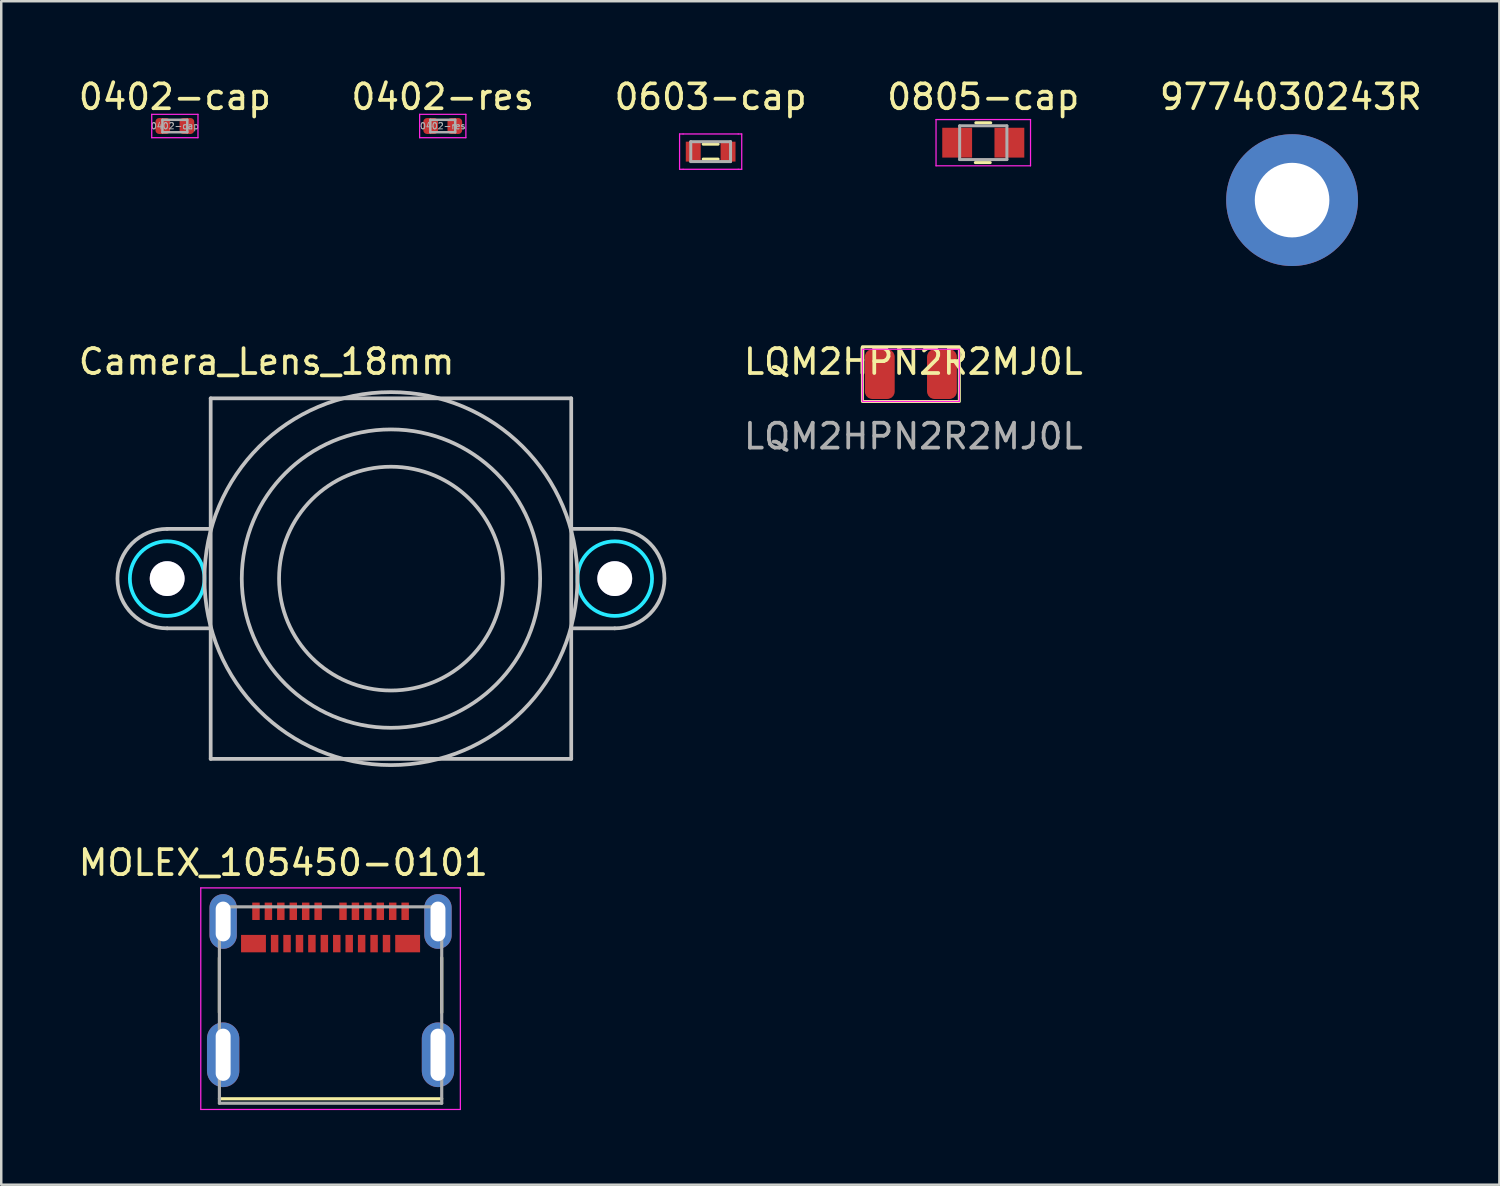
<source format=kicad_pcb>
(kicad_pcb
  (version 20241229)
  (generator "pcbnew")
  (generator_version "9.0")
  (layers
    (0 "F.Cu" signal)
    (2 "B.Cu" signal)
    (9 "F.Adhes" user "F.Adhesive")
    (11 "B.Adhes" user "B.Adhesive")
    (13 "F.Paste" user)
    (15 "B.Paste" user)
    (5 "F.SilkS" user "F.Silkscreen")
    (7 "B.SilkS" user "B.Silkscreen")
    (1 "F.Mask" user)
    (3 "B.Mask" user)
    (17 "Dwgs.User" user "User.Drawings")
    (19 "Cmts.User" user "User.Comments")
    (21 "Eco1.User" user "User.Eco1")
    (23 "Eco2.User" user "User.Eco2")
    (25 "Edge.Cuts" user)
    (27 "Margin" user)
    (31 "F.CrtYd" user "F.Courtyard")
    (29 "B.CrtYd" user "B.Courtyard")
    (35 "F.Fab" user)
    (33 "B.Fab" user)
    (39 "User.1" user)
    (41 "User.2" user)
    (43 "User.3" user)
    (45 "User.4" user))
  (footprint "MOLEX_105450-0101"
    (layer "F.Cu")
    (at 10.244 37.369)
    (property "Reference" "MOLEX_105450-0101" (at -1.899 -5.723 0) (layer "F.SilkS") (effects (font (size 1.004 1.004) (thickness 0.15))))
    (attr smd)
    (fp_line (start -4.47 0.3) (end -4.47 -1.9) (stroke (width 0.127) (type solid)) (layer "F.SilkS"))
    (fp_line (start -4.47 3.77) (end 4.47 3.77) (stroke (width 0.127) (type solid)) (layer "F.SilkS"))
    (fp_line (start 4.47 0.3) (end 4.47 -1.9) (stroke (width 0.127) (type solid)) (layer "F.SilkS"))
    (fp_line (start -5.22 -4.71) (end 5.22 -4.71) (stroke (width 0.05) (type solid)) (layer "F.CrtYd"))
    (fp_line (start -5.22 4.2) (end -5.22 -4.71) (stroke (width 0.05) (type solid)) (layer "F.CrtYd"))
    (fp_line (start 5.22 -4.71) (end 5.22 4.2) (stroke (width 0.05) (type solid)) (layer "F.CrtYd"))
    (fp_line (start 5.22 4.2) (end -5.22 4.2) (stroke (width 0.05) (type solid)) (layer "F.CrtYd"))
    (fp_line (start -4.47 -3.95) (end -4.47 3.95) (stroke (width 0.127) (type solid)) (layer "F.Fab"))
    (fp_line (start -4.47 3.95) (end 4.47 3.95) (stroke (width 0.127) (type solid)) (layer "F.Fab"))
    (fp_line (start 4.47 -3.95) (end -4.47 -3.95) (stroke (width 0.127) (type solid)) (layer "F.Fab"))
    (fp_line (start 4.47 3.95) (end 4.47 -3.95) (stroke (width 0.127) (type solid)) (layer "F.Fab"))
    (pad "A1" smd rect (at -3 -3.77) (size 0.3 0.7) (layers "F.Cu" "F.Mask" "F.Paste"))
    (pad "A2" smd rect (at -2.5 -3.77) (size 0.3 0.7) (layers "F.Cu" "F.Mask" "F.Paste"))
    (pad "A3" smd rect (at -2 -3.77) (size 0.3 0.7) (layers "F.Cu" "F.Mask" "F.Paste"))
    (pad "A4" smd rect (at -1.5 -3.77) (size 0.3 0.7) (layers "F.Cu" "F.Mask" "F.Paste"))
    (pad "A5" smd rect (at -1 -3.77) (size 0.3 0.7) (layers "F.Cu" "F.Mask" "F.Paste"))
    (pad "A6" smd rect (at -0.5 -3.77) (size 0.3 0.7) (layers "F.Cu" "F.Mask" "F.Paste"))
    (pad "A7" smd rect (at 0.5 -3.77) (size 0.3 0.7) (layers "F.Cu" "F.Mask" "F.Paste"))
    (pad "A8" smd rect (at 1 -3.77) (size 0.3 0.7) (layers "F.Cu" "F.Mask" "F.Paste"))
    (pad "A9" smd rect (at 1.5 -3.77) (size 0.3 0.7) (layers "F.Cu" "F.Mask" "F.Paste"))
    (pad "A10" smd rect (at 2 -3.77) (size 0.3 0.7) (layers "F.Cu" "F.Mask" "F.Paste"))
    (pad "A11" smd rect (at 2.5 -3.77) (size 0.3 0.7) (layers "F.Cu" "F.Mask" "F.Paste"))
    (pad "A12" smd rect (at 3 -3.77) (size 0.3 0.7) (layers "F.Cu" "F.Mask" "F.Paste"))
    (pad "B1" smd rect (at 3.1 -2.47) (size 1 0.7) (layers "F.Cu" "F.Mask" "F.Paste"))
    (pad "B2" smd rect (at 2.25 -2.47) (size 0.3 0.7) (layers "F.Cu" "F.Mask" "F.Paste"))
    (pad "B3" smd rect (at 1.75 -2.47) (size 0.3 0.7) (layers "F.Cu" "F.Mask" "F.Paste"))
    (pad "B4" smd rect (at 1.25 -2.47) (size 0.3 0.7) (layers "F.Cu" "F.Mask" "F.Paste"))
    (pad "B5" smd rect (at 0.75 -2.47) (size 0.3 0.7) (layers "F.Cu" "F.Mask" "F.Paste"))
    (pad "B6" smd rect (at 0.25 -2.47) (size 0.3 0.7) (layers "F.Cu" "F.Mask" "F.Paste"))
    (pad "B7" smd rect (at -0.25 -2.47) (size 0.3 0.7) (layers "F.Cu" "F.Mask" "F.Paste"))
    (pad "B8" smd rect (at -0.75 -2.47) (size 0.3 0.7) (layers "F.Cu" "F.Mask" "F.Paste"))
    (pad "B9" smd rect (at -1.25 -2.47) (size 0.3 0.7) (layers "F.Cu" "F.Mask" "F.Paste"))
    (pad "B10" smd rect (at -1.75 -2.47) (size 0.3 0.7) (layers "F.Cu" "F.Mask" "F.Paste"))
    (pad "B11" smd rect (at -2.25 -2.47) (size 0.3 0.7) (layers "F.Cu" "F.Mask" "F.Paste"))
    (pad "B12" smd rect (at -3.1 -2.47) (size 1 0.7) (layers "F.Cu" "F.Mask" "F.Paste"))
    (pad "S1" thru_hole oval (at -4.32 -3.36) (size 1.1 2.2) (drill oval 0.6 1.6) (layers "*.Cu" "*.Mask"))
    (pad "S2" thru_hole oval (at 4.32 -3.36) (size 1.1 2.2) (drill oval 0.6 1.6) (layers "*.Cu" "*.Mask"))
    (pad "S3" thru_hole oval (at -4.32 2) (size 1.3 2.6) (drill oval 0.6 2.1) (layers "*.Cu" "*.Mask"))
    (pad "S4" thru_hole oval (at 4.32 2) (size 1.3 2.6) (drill oval 0.6 2.1) (layers "*.Cu" "*.Mask"))
    (zone (net_name "") (layer "F.Cu") (hatch full 0.508) (connect_pads) (min_thickness 0.01) (filled_areas_thickness no) (keepout (tracks not_allowed) (vias not_allowed) (pads not_allowed) (copperpour not_allowed) (footprints allowed)) (placement (enabled no)) (fill) (polygon (pts (xy 6.743 35.489) (xy 13.744 35.489) (xy 13.744 41.14) (xy 6.743 41.14))))
    (zone (net_name "") (layers "F.Cu" "B.Cu") (hatch full 0.508) (connect_pads) (min_thickness 0.01) (filled_areas_thickness no) (keepout (tracks allowed) (vias not_allowed) (pads allowed) (copperpour allowed) (footprints allowed)) (placement (enabled no)) (fill) (polygon (pts (xy 6.741 35.489) (xy 13.744 35.489) (xy 13.744 41.141) (xy 6.741 41.141)))))
  (footprint "0805-cap"
    (layer "F.Cu")
    (at 36.494 2.688)
    (property "Reference" "0805-cap" (at 0 -1.84 0) (layer "F.SilkS") (effects (font (size 1 1) (thickness 0.15))))
    (attr smd)
    (fp_line (start -0.32 0.8) (end 0.28 0.8) (stroke (width 0.12) (type solid)) (layer "F.SilkS"))
    (fp_line (start -0.3 -0.8) (end 0.3 -0.8) (stroke (width 0.12) (type solid)) (layer "F.SilkS"))
    (fp_line (start -1.9 -0.93) (end 1.9 -0.93) (stroke (width 0.05) (type solid)) (layer "F.CrtYd"))
    (fp_line (start -1.9 0.93) (end -1.9 -0.93) (stroke (width 0.05) (type solid)) (layer "F.CrtYd"))
    (fp_line (start -1.9 0.93) (end 1.9 0.93) (stroke (width 0.05) (type solid)) (layer "F.CrtYd"))
    (fp_line (start 1.9 0.93) (end 1.9 -0.93) (stroke (width 0.05) (type solid)) (layer "F.CrtYd"))
    (fp_line (start -0.95 -0.68) (end 0.95 -0.68) (stroke (width 0.12) (type solid)) (layer "F.Fab"))
    (fp_line (start -0.95 -0.675) (end -0.95 0.675) (stroke (width 0.12) (type solid)) (layer "F.Fab"))
    (fp_line (start -0.95 0.68) (end 0.95 0.68) (stroke (width 0.12) (type solid)) (layer "F.Fab"))
    (fp_line (start 0.95 -0.675) (end 0.95 0.675) (stroke (width 0.12) (type solid)) (layer "F.Fab"))
    (pad "1" smd rect (at -1.05 0) (size 1.2 1.2) (layers "F.Cu" "F.Mask" "F.Paste"))
    (pad "2" smd rect (at 1.05 0) (size 1.2 1.2) (layers "F.Cu" "F.Mask" "F.Paste")))
  (footprint "0603-cap"
    (layer "F.Cu")
    (at 25.53 3.048)
    (property "Reference" "0603-cap" (at 0 -2.2 0) (layer "F.SilkS") (effects (font (size 1 1) (thickness 0.15))))
    (attr smd)
    (fp_line (start -0.3 -0.3) (end 0.3 -0.3) (stroke (width 0.12) (type solid)) (layer "F.SilkS"))
    (fp_line (start -0.3 0.3) (end 0.3 0.3) (stroke (width 0.12) (type solid)) (layer "F.SilkS"))
    (fp_line (start -1.25 0.71) (end -1.25 -0.71) (stroke (width 0.05) (type solid)) (layer "F.CrtYd"))
    (fp_line (start -1.11 -0.71) (end -1.25 -0.71) (stroke (width 0.05) (type solid)) (layer "F.CrtYd"))
    (fp_line (start -1.11 -0.71) (end 1.11 -0.71) (stroke (width 0.05) (type solid)) (layer "F.CrtYd"))
    (fp_line (start -1.11 0.71) (end -1.25 0.71) (stroke (width 0.05) (type solid)) (layer "F.CrtYd"))
    (fp_line (start 1.11 -0.71) (end 1.25 -0.71) (stroke (width 0.05) (type solid)) (layer "F.CrtYd"))
    (fp_line (start 1.11 0.71) (end -1.11 0.71) (stroke (width 0.05) (type solid)) (layer "F.CrtYd"))
    (fp_line (start 1.11 0.71) (end 1.25 0.71) (stroke (width 0.05) (type solid)) (layer "F.CrtYd"))
    (fp_line (start 1.25 -0.71) (end 1.25 0.71) (stroke (width 0.05) (type solid)) (layer "F.CrtYd"))
    (fp_line (start -0.8 -0.4) (end -0.8 0.4) (stroke (width 0.12) (type solid)) (layer "F.Fab"))
    (fp_line (start -0.8 0.4) (end 0.8 0.4) (stroke (width 0.12) (type solid)) (layer "F.Fab"))
    (fp_line (start 0.8 -0.4) (end -0.8 -0.4) (stroke (width 0.12) (type solid)) (layer "F.Fab"))
    (fp_line (start 0.8 0.4) (end 0.8 -0.4) (stroke (width 0.12) (type solid)) (layer "F.Fab"))
    (pad "1" smd rect (at -0.7 0) (size 0.6 0.8) (layers "F.Cu" "F.Mask" "F.Paste"))
    (pad "2" smd rect (at 0.7 0) (size 0.6 0.8) (layers "F.Cu" "F.Mask" "F.Paste")))
  (footprint "9774030243R"
    (layer "F.Cu")
    (at 48.863 5.048)
    (property "Reference" "9774030243R" (at 0 -4.2 0) (layer "F.SilkS") (effects (font (size 1 1) (thickness 0.15))))
    (attr through_hole)
    (pad "~" thru_hole circle (at 0.05 -0.05) (size 5.3 5.3) (drill 3) (layers "F.Cu" "F.Mask")))
  (footprint "0402-res"
    (layer "F.Cu")
    (at 14.756 2.018)
    (property "Reference" "0402-res" (at 0 -1.17 0) (layer "F.SilkS") (effects (font (size 1 1) (thickness 0.15))))
    (attr smd)
    (fp_line (start -0.93 -0.47) (end 0.93 -0.47) (stroke (width 0.05) (type solid)) (layer "F.CrtYd"))
    (fp_line (start -0.93 0.47) (end -0.93 -0.47) (stroke (width 0.05) (type solid)) (layer "F.CrtYd"))
    (fp_line (start 0.93 -0.47) (end 0.93 0.47) (stroke (width 0.05) (type solid)) (layer "F.CrtYd"))
    (fp_line (start 0.93 0.47) (end -0.93 0.47) (stroke (width 0.05) (type solid)) (layer "F.CrtYd"))
    (fp_line (start -0.5 -0.25) (end 0.5 -0.25) (stroke (width 0.1) (type solid)) (layer "F.Fab"))
    (fp_line (start -0.5 0.25) (end -0.5 -0.25) (stroke (width 0.1) (type solid)) (layer "F.Fab"))
    (fp_line (start 0.5 -0.25) (end 0.5 0.25) (stroke (width 0.1) (type solid)) (layer "F.Fab"))
    (fp_line (start 0.5 0.25) (end -0.5 0.25) (stroke (width 0.1) (type solid)) (layer "F.Fab"))
    (fp_text user "${REFERENCE}" (at 0 0 0) (layer "F.Fab") (effects (font (size 0.25 0.25) (thickness 0.04))))
    (pad "1" smd roundrect (at -0.485 0) (size 0.59 0.64) (layers "F.Cu" "F.Mask" "F.Paste") (roundrect_rratio 0.25))
    (pad "2" smd roundrect (at 0.485 0) (size 0.59 0.64) (layers "F.Cu" "F.Mask" "F.Paste") (roundrect_rratio 0.25)))
  (footprint "LQM2HPN2R2MJ0L"
    (layer "F.Cu")
    (at 33.682 11.996)
    (property "Reference" "LQM2HPN2R2MJ0L" (at 0 -0.5 0) (unlocked yes) (layer "F.SilkS") (effects (font (size 1 1) (thickness 0.15))))
    (attr smd)
    (fp_rect (start -2.05 -1.1) (end 1.85 1.1) (stroke (width 0.12) (type default)) (fill no) (layer "F.SilkS"))
    (fp_rect (start -2.05 -1) (end 1.85 1.1) (stroke (width 0.05) (type default)) (fill no) (layer "F.CrtYd"))
    (fp_text user "${REFERENCE}" (at 0 2.5 0) (unlocked yes) (layer "F.Fab") (effects (font (size 1 1) (thickness 0.15))))
    (pad "1" smd roundrect (at -1.35 0) (size 1.2 2) (layers "F.Cu" "F.Mask" "F.Paste") (roundrect_rratio 0.25))
    (pad "2" smd roundrect (at 1.15 0) (size 1.2 2) (layers "F.Cu" "F.Mask" "F.Paste") (roundrect_rratio 0.25)))
  (footprint "Camera_Lens_18mm"
    (layer "F.Cu")
    (at 12.673 20.22)
    (property "Reference" "Camera_Lens_18mm" (at -5 -8.724 0) (layer "F.SilkS") (effects (font (size 1 1) (thickness 0.15))))
    (attr through_hole)
    (fp_line (start -9 -2) (end -7.25 -2) (stroke (width 0.15) (type solid)) (layer "Dwgs.User"))
    (fp_line (start -9 2) (end -7.25 2) (stroke (width 0.15) (type solid)) (layer "Dwgs.User"))
    (fp_line (start -7.25 -7.25) (end 7.25 -7.25) (stroke (width 0.15) (type solid)) (layer "Dwgs.User"))
    (fp_line (start -7.25 7.25) (end -7.25 -7.25) (stroke (width 0.15) (type solid)) (layer "Dwgs.User"))
    (fp_line (start 7.25 -7.25) (end 7.25 7.25) (stroke (width 0.15) (type solid)) (layer "Dwgs.User"))
    (fp_line (start 7.25 7.25) (end -7.25 7.25) (stroke (width 0.15) (type solid)) (layer "Dwgs.User"))
    (fp_line (start 9 -2) (end 7.25 -2) (stroke (width 0.15) (type solid)) (layer "Dwgs.User"))
    (fp_line (start 9 2) (end 7.25 2) (stroke (width 0.15) (type solid)) (layer "Dwgs.User"))
    (fp_arc (start -9 2) (mid -11 0) (end -9 -2) (stroke (width 0.15) (type solid)) (layer "Dwgs.User"))
    (fp_arc (start 9 -2) (mid 11 0) (end 9 2) (stroke (width 0.15) (type solid)) (layer "Dwgs.User"))
    (fp_circle (center 0 0) (end 4.5 0) (stroke (width 0.15) (type solid)) (fill no) (layer "Dwgs.User"))
    (fp_circle (center 0 0) (end 6 0) (stroke (width 0.15) (type solid)) (fill no) (layer "Dwgs.User"))
    (fp_circle (center 0 0) (end 7.5 0) (stroke (width 0.15) (type solid)) (fill no) (layer "Dwgs.User"))
    (fp_circle (center -9 0) (end -7.5 0) (stroke (width 0.15) (type solid)) (fill no) (layer "B.CrtYd"))
    (fp_circle (center 9 0) (end 10.5 0) (stroke (width 0.15) (type solid)) (fill no) (layer "B.CrtYd"))
    (pad "1" thru_hole circle (at 9 0) (size 1.4 1.4) (drill 1.4) (layers "*.Cu" "*.Mask"))
    (pad "2" thru_hole circle (at -9 0) (size 1.4 1.4) (drill 1.4) (layers "*.Cu" "*.Mask")))
  (footprint "0402-cap"
    (layer "F.Cu")
    (at 3.982 2.018)
    (property "Reference" "0402-cap" (at 0 -1.17 0) (layer "F.SilkS") (effects (font (size 1 1) (thickness 0.15))))
    (attr smd)
    (fp_line (start -0.93 -0.47) (end 0.93 -0.47) (stroke (width 0.05) (type solid)) (layer "F.CrtYd"))
    (fp_line (start -0.93 0.47) (end -0.93 -0.47) (stroke (width 0.05) (type solid)) (layer "F.CrtYd"))
    (fp_line (start 0.93 -0.47) (end 0.93 0.47) (stroke (width 0.05) (type solid)) (layer "F.CrtYd"))
    (fp_line (start 0.93 0.47) (end -0.93 0.47) (stroke (width 0.05) (type solid)) (layer "F.CrtYd"))
    (fp_line (start -0.5 -0.25) (end 0.5 -0.25) (stroke (width 0.1) (type solid)) (layer "F.Fab"))
    (fp_line (start -0.5 0.25) (end -0.5 -0.25) (stroke (width 0.1) (type solid)) (layer "F.Fab"))
    (fp_line (start 0.5 -0.25) (end 0.5 0.25) (stroke (width 0.1) (type solid)) (layer "F.Fab"))
    (fp_line (start 0.5 0.25) (end -0.5 0.25) (stroke (width 0.1) (type solid)) (layer "F.Fab"))
    (fp_text user "${REFERENCE}" (at 0 0 0) (layer "F.Fab") (effects (font (size 0.25 0.25) (thickness 0.04))))
    (pad "1" smd roundrect (at -0.485 0) (size 0.59 0.64) (layers "F.Cu" "F.Mask" "F.Paste") (roundrect_rratio 0.25))
    (pad "2" smd roundrect (at 0.485 0) (size 0.59 0.64) (layers "F.Cu" "F.Mask" "F.Paste") (roundrect_rratio 0.25)))
  (gr_rect
    (start -3 -3)
    (end 57.25 44.594)
    (stroke (width 0.1) (type default))
    (fill no)
    (layer "Edge.Cuts")))
</source>
